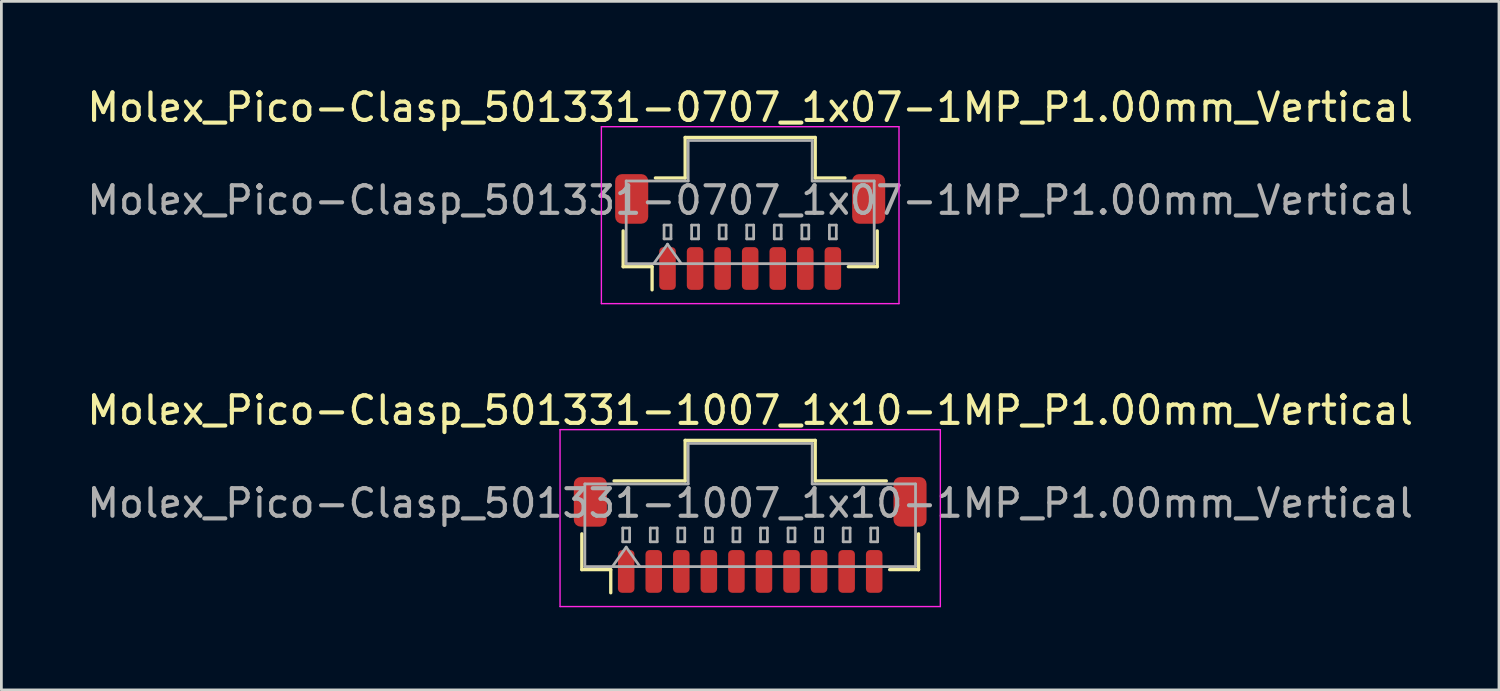
<source format=kicad_pcb>
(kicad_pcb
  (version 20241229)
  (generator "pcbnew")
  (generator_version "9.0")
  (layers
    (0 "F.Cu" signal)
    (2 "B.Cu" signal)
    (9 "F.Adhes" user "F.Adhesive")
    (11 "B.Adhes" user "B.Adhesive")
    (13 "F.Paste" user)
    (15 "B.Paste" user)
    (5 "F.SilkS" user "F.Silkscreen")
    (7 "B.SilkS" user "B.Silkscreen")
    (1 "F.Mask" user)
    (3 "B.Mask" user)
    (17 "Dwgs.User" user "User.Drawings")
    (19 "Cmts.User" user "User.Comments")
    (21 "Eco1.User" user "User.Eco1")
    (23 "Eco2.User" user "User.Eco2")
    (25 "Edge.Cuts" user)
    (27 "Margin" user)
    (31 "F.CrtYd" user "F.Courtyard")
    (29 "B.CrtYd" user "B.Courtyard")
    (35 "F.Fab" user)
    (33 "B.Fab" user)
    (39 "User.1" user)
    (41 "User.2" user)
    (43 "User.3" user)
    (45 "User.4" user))
  (footprint "Molex_Pico-Clasp_501331-1007_1x10-1MP_P1.00mm_Vertical"
    (layer "F.Cu")
    (at 24.173 16.361)
    (property "Reference" "Molex_Pico-Clasp_501331-1007_1x10-1MP_P1.00mm_Vertical" (at 0 -4.52 0) (layer "F.SilkS") (effects (font (size 1 1) (thickness 0.15))))
    (attr smd)
    (fp_line (start -6.11 -0.04) (end -6.11 1.26) (stroke (width 0.12) (type solid)) (layer "F.SilkS"))
    (fp_line (start -6.11 1.26) (end -5.06 1.26) (stroke (width 0.12) (type solid)) (layer "F.SilkS"))
    (fp_line (start -5.06 1.26) (end -5.06 2.1) (stroke (width 0.12) (type solid)) (layer "F.SilkS"))
    (fp_line (start -4.94 -1.96) (end -2.36 -1.96) (stroke (width 0.12) (type solid)) (layer "F.SilkS"))
    (fp_line (start -2.36 -3.43) (end 2.36 -3.43) (stroke (width 0.12) (type solid)) (layer "F.SilkS"))
    (fp_line (start -2.36 -1.96) (end -2.36 -3.43) (stroke (width 0.12) (type solid)) (layer "F.SilkS"))
    (fp_line (start 2.36 -3.43) (end 2.36 -1.96) (stroke (width 0.12) (type solid)) (layer "F.SilkS"))
    (fp_line (start 2.36 -1.96) (end 4.94 -1.96) (stroke (width 0.12) (type solid)) (layer "F.SilkS"))
    (fp_line (start 6.11 -0.04) (end 6.11 1.26) (stroke (width 0.12) (type solid)) (layer "F.SilkS"))
    (fp_line (start 6.11 1.26) (end 5.06 1.26) (stroke (width 0.12) (type solid)) (layer "F.SilkS"))
    (fp_line (start -6.9 -3.82) (end -6.9 2.6) (stroke (width 0.05) (type solid)) (layer "F.CrtYd"))
    (fp_line (start -6.9 2.6) (end 6.9 2.6) (stroke (width 0.05) (type solid)) (layer "F.CrtYd"))
    (fp_line (start 6.9 -3.82) (end -6.9 -3.82) (stroke (width 0.05) (type solid)) (layer "F.CrtYd"))
    (fp_line (start 6.9 2.6) (end 6.9 -3.82) (stroke (width 0.05) (type solid)) (layer "F.CrtYd"))
    (fp_line (start -6 -1.85) (end -2.25 -1.85) (stroke (width 0.1) (type solid)) (layer "F.Fab"))
    (fp_line (start -6 1.15) (end -6 -1.85) (stroke (width 0.1) (type solid)) (layer "F.Fab"))
    (fp_line (start -6 1.15) (end 6 1.15) (stroke (width 0.1) (type solid)) (layer "F.Fab"))
    (fp_line (start -5 1.15) (end -4.5 0.443) (stroke (width 0.1) (type solid)) (layer "F.Fab"))
    (fp_line (start -4.625 -0.25) (end -4.625 0.25) (stroke (width 0.1) (type solid)) (layer "F.Fab"))
    (fp_line (start -4.625 0.25) (end -4.375 0.25) (stroke (width 0.1) (type solid)) (layer "F.Fab"))
    (fp_line (start -4.5 0.443) (end -4 1.15) (stroke (width 0.1) (type solid)) (layer "F.Fab"))
    (fp_line (start -4.375 -0.25) (end -4.625 -0.25) (stroke (width 0.1) (type solid)) (layer "F.Fab"))
    (fp_line (start -4.375 0.25) (end -4.375 -0.25) (stroke (width 0.1) (type solid)) (layer "F.Fab"))
    (fp_line (start -3.625 -0.25) (end -3.625 0.25) (stroke (width 0.1) (type solid)) (layer "F.Fab"))
    (fp_line (start -3.625 0.25) (end -3.375 0.25) (stroke (width 0.1) (type solid)) (layer "F.Fab"))
    (fp_line (start -3.375 -0.25) (end -3.625 -0.25) (stroke (width 0.1) (type solid)) (layer "F.Fab"))
    (fp_line (start -3.375 0.25) (end -3.375 -0.25) (stroke (width 0.1) (type solid)) (layer "F.Fab"))
    (fp_line (start -2.625 -0.25) (end -2.625 0.25) (stroke (width 0.1) (type solid)) (layer "F.Fab"))
    (fp_line (start -2.625 0.25) (end -2.375 0.25) (stroke (width 0.1) (type solid)) (layer "F.Fab"))
    (fp_line (start -2.375 -0.25) (end -2.625 -0.25) (stroke (width 0.1) (type solid)) (layer "F.Fab"))
    (fp_line (start -2.375 0.25) (end -2.375 -0.25) (stroke (width 0.1) (type solid)) (layer "F.Fab"))
    (fp_line (start -2.25 -3.32) (end 2.25 -3.32) (stroke (width 0.1) (type solid)) (layer "F.Fab"))
    (fp_line (start -2.25 -1.85) (end -2.25 -3.32) (stroke (width 0.1) (type solid)) (layer "F.Fab"))
    (fp_line (start -1.625 -0.25) (end -1.625 0.25) (stroke (width 0.1) (type solid)) (layer "F.Fab"))
    (fp_line (start -1.625 0.25) (end -1.375 0.25) (stroke (width 0.1) (type solid)) (layer "F.Fab"))
    (fp_line (start -1.375 -0.25) (end -1.625 -0.25) (stroke (width 0.1) (type solid)) (layer "F.Fab"))
    (fp_line (start -1.375 0.25) (end -1.375 -0.25) (stroke (width 0.1) (type solid)) (layer "F.Fab"))
    (fp_line (start -0.625 -0.25) (end -0.625 0.25) (stroke (width 0.1) (type solid)) (layer "F.Fab"))
    (fp_line (start -0.625 0.25) (end -0.375 0.25) (stroke (width 0.1) (type solid)) (layer "F.Fab"))
    (fp_line (start -0.375 -0.25) (end -0.625 -0.25) (stroke (width 0.1) (type solid)) (layer "F.Fab"))
    (fp_line (start -0.375 0.25) (end -0.375 -0.25) (stroke (width 0.1) (type solid)) (layer "F.Fab"))
    (fp_line (start 0.375 -0.25) (end 0.375 0.25) (stroke (width 0.1) (type solid)) (layer "F.Fab"))
    (fp_line (start 0.375 0.25) (end 0.625 0.25) (stroke (width 0.1) (type solid)) (layer "F.Fab"))
    (fp_line (start 0.625 -0.25) (end 0.375 -0.25) (stroke (width 0.1) (type solid)) (layer "F.Fab"))
    (fp_line (start 0.625 0.25) (end 0.625 -0.25) (stroke (width 0.1) (type solid)) (layer "F.Fab"))
    (fp_line (start 1.375 -0.25) (end 1.375 0.25) (stroke (width 0.1) (type solid)) (layer "F.Fab"))
    (fp_line (start 1.375 0.25) (end 1.625 0.25) (stroke (width 0.1) (type solid)) (layer "F.Fab"))
    (fp_line (start 1.625 -0.25) (end 1.375 -0.25) (stroke (width 0.1) (type solid)) (layer "F.Fab"))
    (fp_line (start 1.625 0.25) (end 1.625 -0.25) (stroke (width 0.1) (type solid)) (layer "F.Fab"))
    (fp_line (start 2.25 -3.32) (end 2.25 -1.85) (stroke (width 0.1) (type solid)) (layer "F.Fab"))
    (fp_line (start 2.25 -1.85) (end 6 -1.85) (stroke (width 0.1) (type solid)) (layer "F.Fab"))
    (fp_line (start 2.375 -0.25) (end 2.375 0.25) (stroke (width 0.1) (type solid)) (layer "F.Fab"))
    (fp_line (start 2.375 0.25) (end 2.625 0.25) (stroke (width 0.1) (type solid)) (layer "F.Fab"))
    (fp_line (start 2.625 -0.25) (end 2.375 -0.25) (stroke (width 0.1) (type solid)) (layer "F.Fab"))
    (fp_line (start 2.625 0.25) (end 2.625 -0.25) (stroke (width 0.1) (type solid)) (layer "F.Fab"))
    (fp_line (start 3.375 -0.25) (end 3.375 0.25) (stroke (width 0.1) (type solid)) (layer "F.Fab"))
    (fp_line (start 3.375 0.25) (end 3.625 0.25) (stroke (width 0.1) (type solid)) (layer "F.Fab"))
    (fp_line (start 3.625 -0.25) (end 3.375 -0.25) (stroke (width 0.1) (type solid)) (layer "F.Fab"))
    (fp_line (start 3.625 0.25) (end 3.625 -0.25) (stroke (width 0.1) (type solid)) (layer "F.Fab"))
    (fp_line (start 4.375 -0.25) (end 4.375 0.25) (stroke (width 0.1) (type solid)) (layer "F.Fab"))
    (fp_line (start 4.375 0.25) (end 4.625 0.25) (stroke (width 0.1) (type solid)) (layer "F.Fab"))
    (fp_line (start 4.625 -0.25) (end 4.375 -0.25) (stroke (width 0.1) (type solid)) (layer "F.Fab"))
    (fp_line (start 4.625 0.25) (end 4.625 -0.25) (stroke (width 0.1) (type solid)) (layer "F.Fab"))
    (fp_line (start 6 1.15) (end 6 -1.85) (stroke (width 0.1) (type solid)) (layer "F.Fab"))
    (fp_text user "${REFERENCE}" (at 0 -1.15 0) (layer "F.Fab") (effects (font (size 1 1) (thickness 0.15))))
    (pad "1" smd roundrect (at -4.5 1.325) (size 0.6 1.55) (layers "F.Cu" "F.Mask" "F.Paste") (roundrect_rratio 0.25))
    (pad "2" smd roundrect (at -3.5 1.325) (size 0.6 1.55) (layers "F.Cu" "F.Mask" "F.Paste") (roundrect_rratio 0.25))
    (pad "3" smd roundrect (at -2.5 1.325) (size 0.6 1.55) (layers "F.Cu" "F.Mask" "F.Paste") (roundrect_rratio 0.25))
    (pad "4" smd roundrect (at -1.5 1.325) (size 0.6 1.55) (layers "F.Cu" "F.Mask" "F.Paste") (roundrect_rratio 0.25))
    (pad "5" smd roundrect (at -0.5 1.325) (size 0.6 1.55) (layers "F.Cu" "F.Mask" "F.Paste") (roundrect_rratio 0.25))
    (pad "6" smd roundrect (at 0.5 1.325) (size 0.6 1.55) (layers "F.Cu" "F.Mask" "F.Paste") (roundrect_rratio 0.25))
    (pad "7" smd roundrect (at 1.5 1.325) (size 0.6 1.55) (layers "F.Cu" "F.Mask" "F.Paste") (roundrect_rratio 0.25))
    (pad "8" smd roundrect (at 2.5 1.325) (size 0.6 1.55) (layers "F.Cu" "F.Mask" "F.Paste") (roundrect_rratio 0.25))
    (pad "9" smd roundrect (at 3.5 1.325) (size 0.6 1.55) (layers "F.Cu" "F.Mask" "F.Paste") (roundrect_rratio 0.25))
    (pad "10" smd roundrect (at 4.5 1.325) (size 0.6 1.55) (layers "F.Cu" "F.Mask" "F.Paste") (roundrect_rratio 0.25))
    (pad "MP" smd roundrect (at -5.8 -1.2) (size 1.2 1.8) (layers "F.Cu" "F.Mask" "F.Paste") (roundrect_rratio 0.208))
    (pad "MP" smd roundrect (at 5.8 -1.2) (size 1.2 1.8) (layers "F.Cu" "F.Mask" "F.Paste") (roundrect_rratio 0.208)))
  (footprint "Molex_Pico-Clasp_501331-0707_1x07-1MP_P1.00mm_Vertical"
    (layer "F.Cu")
    (at 24.173 5.368)
    (property "Reference" "Molex_Pico-Clasp_501331-0707_1x07-1MP_P1.00mm_Vertical" (at 0 -4.52 0) (layer "F.SilkS") (effects (font (size 1 1) (thickness 0.15))))
    (attr smd)
    (fp_line (start -4.61 -0.04) (end -4.61 1.26) (stroke (width 0.12) (type solid)) (layer "F.SilkS"))
    (fp_line (start -4.61 1.26) (end -3.56 1.26) (stroke (width 0.12) (type solid)) (layer "F.SilkS"))
    (fp_line (start -3.56 1.26) (end -3.56 2.1) (stroke (width 0.12) (type solid)) (layer "F.SilkS"))
    (fp_line (start -3.44 -1.96) (end -2.36 -1.96) (stroke (width 0.12) (type solid)) (layer "F.SilkS"))
    (fp_line (start -2.36 -3.43) (end 2.36 -3.43) (stroke (width 0.12) (type solid)) (layer "F.SilkS"))
    (fp_line (start -2.36 -1.96) (end -2.36 -3.43) (stroke (width 0.12) (type solid)) (layer "F.SilkS"))
    (fp_line (start 2.36 -3.43) (end 2.36 -1.96) (stroke (width 0.12) (type solid)) (layer "F.SilkS"))
    (fp_line (start 2.36 -1.96) (end 3.44 -1.96) (stroke (width 0.12) (type solid)) (layer "F.SilkS"))
    (fp_line (start 4.61 -0.04) (end 4.61 1.26) (stroke (width 0.12) (type solid)) (layer "F.SilkS"))
    (fp_line (start 4.61 1.26) (end 3.56 1.26) (stroke (width 0.12) (type solid)) (layer "F.SilkS"))
    (fp_line (start -5.4 -3.82) (end -5.4 2.6) (stroke (width 0.05) (type solid)) (layer "F.CrtYd"))
    (fp_line (start -5.4 2.6) (end 5.4 2.6) (stroke (width 0.05) (type solid)) (layer "F.CrtYd"))
    (fp_line (start 5.4 -3.82) (end -5.4 -3.82) (stroke (width 0.05) (type solid)) (layer "F.CrtYd"))
    (fp_line (start 5.4 2.6) (end 5.4 -3.82) (stroke (width 0.05) (type solid)) (layer "F.CrtYd"))
    (fp_line (start -4.5 -1.85) (end -2.25 -1.85) (stroke (width 0.1) (type solid)) (layer "F.Fab"))
    (fp_line (start -4.5 1.15) (end -4.5 -1.85) (stroke (width 0.1) (type solid)) (layer "F.Fab"))
    (fp_line (start -4.5 1.15) (end 4.5 1.15) (stroke (width 0.1) (type solid)) (layer "F.Fab"))
    (fp_line (start -3.5 1.15) (end -3 0.443) (stroke (width 0.1) (type solid)) (layer "F.Fab"))
    (fp_line (start -3.125 -0.25) (end -3.125 0.25) (stroke (width 0.1) (type solid)) (layer "F.Fab"))
    (fp_line (start -3.125 0.25) (end -2.875 0.25) (stroke (width 0.1) (type solid)) (layer "F.Fab"))
    (fp_line (start -3 0.443) (end -2.5 1.15) (stroke (width 0.1) (type solid)) (layer "F.Fab"))
    (fp_line (start -2.875 -0.25) (end -3.125 -0.25) (stroke (width 0.1) (type solid)) (layer "F.Fab"))
    (fp_line (start -2.875 0.25) (end -2.875 -0.25) (stroke (width 0.1) (type solid)) (layer "F.Fab"))
    (fp_line (start -2.25 -3.32) (end 2.25 -3.32) (stroke (width 0.1) (type solid)) (layer "F.Fab"))
    (fp_line (start -2.25 -1.85) (end -2.25 -3.32) (stroke (width 0.1) (type solid)) (layer "F.Fab"))
    (fp_line (start -2.125 -0.25) (end -2.125 0.25) (stroke (width 0.1) (type solid)) (layer "F.Fab"))
    (fp_line (start -2.125 0.25) (end -1.875 0.25) (stroke (width 0.1) (type solid)) (layer "F.Fab"))
    (fp_line (start -1.875 -0.25) (end -2.125 -0.25) (stroke (width 0.1) (type solid)) (layer "F.Fab"))
    (fp_line (start -1.875 0.25) (end -1.875 -0.25) (stroke (width 0.1) (type solid)) (layer "F.Fab"))
    (fp_line (start -1.125 -0.25) (end -1.125 0.25) (stroke (width 0.1) (type solid)) (layer "F.Fab"))
    (fp_line (start -1.125 0.25) (end -0.875 0.25) (stroke (width 0.1) (type solid)) (layer "F.Fab"))
    (fp_line (start -0.875 -0.25) (end -1.125 -0.25) (stroke (width 0.1) (type solid)) (layer "F.Fab"))
    (fp_line (start -0.875 0.25) (end -0.875 -0.25) (stroke (width 0.1) (type solid)) (layer "F.Fab"))
    (fp_line (start -0.125 -0.25) (end -0.125 0.25) (stroke (width 0.1) (type solid)) (layer "F.Fab"))
    (fp_line (start -0.125 0.25) (end 0.125 0.25) (stroke (width 0.1) (type solid)) (layer "F.Fab"))
    (fp_line (start 0.125 -0.25) (end -0.125 -0.25) (stroke (width 0.1) (type solid)) (layer "F.Fab"))
    (fp_line (start 0.125 0.25) (end 0.125 -0.25) (stroke (width 0.1) (type solid)) (layer "F.Fab"))
    (fp_line (start 0.875 -0.25) (end 0.875 0.25) (stroke (width 0.1) (type solid)) (layer "F.Fab"))
    (fp_line (start 0.875 0.25) (end 1.125 0.25) (stroke (width 0.1) (type solid)) (layer "F.Fab"))
    (fp_line (start 1.125 -0.25) (end 0.875 -0.25) (stroke (width 0.1) (type solid)) (layer "F.Fab"))
    (fp_line (start 1.125 0.25) (end 1.125 -0.25) (stroke (width 0.1) (type solid)) (layer "F.Fab"))
    (fp_line (start 1.875 -0.25) (end 1.875 0.25) (stroke (width 0.1) (type solid)) (layer "F.Fab"))
    (fp_line (start 1.875 0.25) (end 2.125 0.25) (stroke (width 0.1) (type solid)) (layer "F.Fab"))
    (fp_line (start 2.125 -0.25) (end 1.875 -0.25) (stroke (width 0.1) (type solid)) (layer "F.Fab"))
    (fp_line (start 2.125 0.25) (end 2.125 -0.25) (stroke (width 0.1) (type solid)) (layer "F.Fab"))
    (fp_line (start 2.25 -3.32) (end 2.25 -1.85) (stroke (width 0.1) (type solid)) (layer "F.Fab"))
    (fp_line (start 2.25 -1.85) (end 4.5 -1.85) (stroke (width 0.1) (type solid)) (layer "F.Fab"))
    (fp_line (start 2.875 -0.25) (end 2.875 0.25) (stroke (width 0.1) (type solid)) (layer "F.Fab"))
    (fp_line (start 2.875 0.25) (end 3.125 0.25) (stroke (width 0.1) (type solid)) (layer "F.Fab"))
    (fp_line (start 3.125 -0.25) (end 2.875 -0.25) (stroke (width 0.1) (type solid)) (layer "F.Fab"))
    (fp_line (start 3.125 0.25) (end 3.125 -0.25) (stroke (width 0.1) (type solid)) (layer "F.Fab"))
    (fp_line (start 4.5 1.15) (end 4.5 -1.85) (stroke (width 0.1) (type solid)) (layer "F.Fab"))
    (fp_text user "${REFERENCE}" (at 0 -1.15 0) (layer "F.Fab") (effects (font (size 1 1) (thickness 0.15))))
    (pad "1" smd roundrect (at -3 1.325) (size 0.6 1.55) (layers "F.Cu" "F.Mask" "F.Paste") (roundrect_rratio 0.25))
    (pad "2" smd roundrect (at -2 1.325) (size 0.6 1.55) (layers "F.Cu" "F.Mask" "F.Paste") (roundrect_rratio 0.25))
    (pad "3" smd roundrect (at -1 1.325) (size 0.6 1.55) (layers "F.Cu" "F.Mask" "F.Paste") (roundrect_rratio 0.25))
    (pad "4" smd roundrect (at 0 1.325) (size 0.6 1.55) (layers "F.Cu" "F.Mask" "F.Paste") (roundrect_rratio 0.25))
    (pad "5" smd roundrect (at 1 1.325) (size 0.6 1.55) (layers "F.Cu" "F.Mask" "F.Paste") (roundrect_rratio 0.25))
    (pad "6" smd roundrect (at 2 1.325) (size 0.6 1.55) (layers "F.Cu" "F.Mask" "F.Paste") (roundrect_rratio 0.25))
    (pad "7" smd roundrect (at 3 1.325) (size 0.6 1.55) (layers "F.Cu" "F.Mask" "F.Paste") (roundrect_rratio 0.25))
    (pad "MP" smd roundrect (at -4.3 -1.2) (size 1.2 1.8) (layers "F.Cu" "F.Mask" "F.Paste") (roundrect_rratio 0.208))
    (pad "MP" smd roundrect (at 4.3 -1.2) (size 1.2 1.8) (layers "F.Cu" "F.Mask" "F.Paste") (roundrect_rratio 0.208)))
  (gr_rect
    (start -3 -3)
    (end 51.345 21.986)
    (stroke (width 0.1) (type default))
    (fill no)
    (layer "Edge.Cuts")))
</source>
